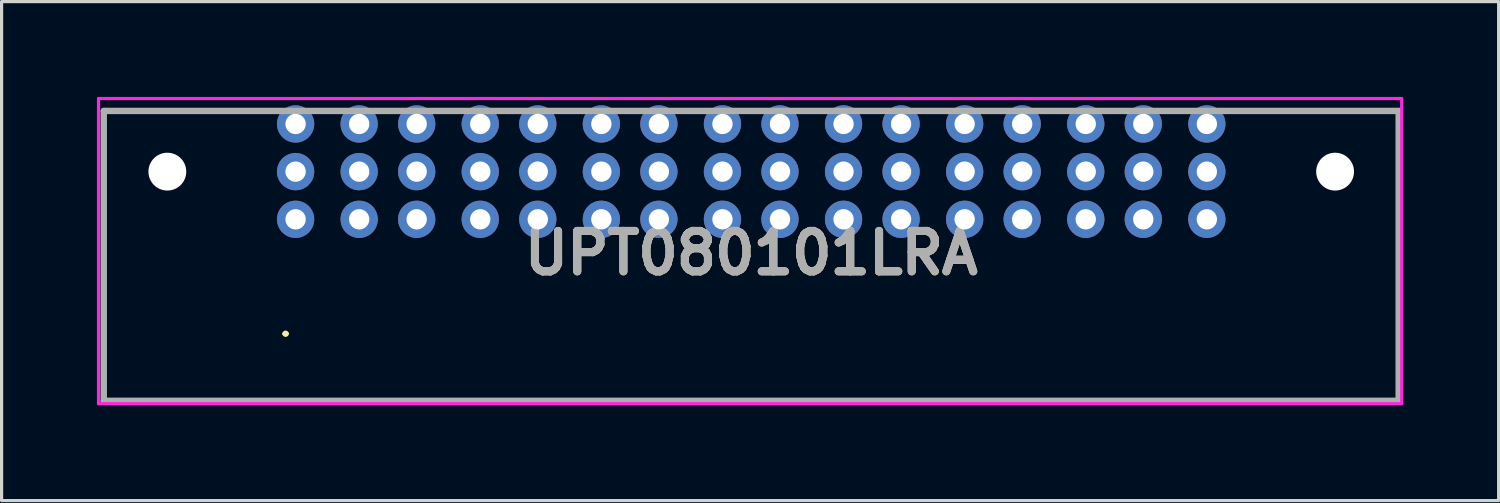
<source format=kicad_pcb>
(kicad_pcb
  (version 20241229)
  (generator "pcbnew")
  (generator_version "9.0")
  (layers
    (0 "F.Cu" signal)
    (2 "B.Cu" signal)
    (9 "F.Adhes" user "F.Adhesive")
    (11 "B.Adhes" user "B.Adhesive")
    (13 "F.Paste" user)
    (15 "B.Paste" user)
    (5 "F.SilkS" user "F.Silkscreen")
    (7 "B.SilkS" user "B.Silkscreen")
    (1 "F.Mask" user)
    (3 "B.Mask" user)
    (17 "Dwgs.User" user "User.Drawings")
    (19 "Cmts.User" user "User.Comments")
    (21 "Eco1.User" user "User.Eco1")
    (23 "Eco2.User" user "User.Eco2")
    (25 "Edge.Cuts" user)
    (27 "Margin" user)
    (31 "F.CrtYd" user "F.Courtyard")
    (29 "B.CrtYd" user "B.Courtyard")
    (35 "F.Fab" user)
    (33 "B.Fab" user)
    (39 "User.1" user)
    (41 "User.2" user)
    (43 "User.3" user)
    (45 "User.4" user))
  (footprint "UPT080101LRA"
    (layer "F.Cu")
    (at 6.25 3.85)
    (property "Reference" "UPT080101LRA" (at 14.335 1.062 0) (layer "F.SilkS") (effects (font (size 1.27 1.27) (thickness 0.254))))
    (attr through_hole)
    (fp_line (start -6.035 -3.41) (end -6.035 5.71) (stroke (width 0.1) (type solid)) (layer "F.SilkS"))
    (fp_line (start -6.035 5.71) (end 34.705 5.71) (stroke (width 0.1) (type solid)) (layer "F.SilkS"))
    (fp_line (start -0.865 -3.41) (end -6.035 -3.41) (stroke (width 0.1) (type solid)) (layer "F.SilkS"))
    (fp_line (start -0.365 3.6) (end -0.365 3.6) (stroke (width 0.1) (type solid)) (layer "F.SilkS"))
    (fp_line (start -0.265 3.6) (end -0.265 3.6) (stroke (width 0.1) (type solid)) (layer "F.SilkS"))
    (fp_line (start 34.705 -3.41) (end 29.535 -3.41) (stroke (width 0.1) (type solid)) (layer "F.SilkS"))
    (fp_line (start 34.705 5.71) (end 34.705 -3.41) (stroke (width 0.1) (type solid)) (layer "F.SilkS"))
    (fp_arc (start -0.365 3.6) (mid -0.315 3.55) (end -0.265 3.6) (stroke (width 0.1) (type solid)) (layer "F.SilkS"))
    (fp_arc (start -0.265 3.6) (mid -0.315 3.65) (end -0.365 3.6) (stroke (width 0.1) (type solid)) (layer "F.SilkS"))
    (fp_line (start -6.2 -3.8) (end 34.8 -3.8) (stroke (width 0.1) (type solid)) (layer "F.CrtYd"))
    (fp_line (start -6.2 5.8) (end -6.2 -3.8) (stroke (width 0.1) (type solid)) (layer "F.CrtYd"))
    (fp_line (start 34.8 -3.8) (end 34.8 5.8) (stroke (width 0.1) (type solid)) (layer "F.CrtYd"))
    (fp_line (start 34.8 5.8) (end -6.2 5.8) (stroke (width 0.1) (type solid)) (layer "F.CrtYd"))
    (fp_line (start -6.035 -3.41) (end 34.705 -3.41) (stroke (width 0.2) (type solid)) (layer "F.Fab"))
    (fp_line (start -6.035 5.71) (end -6.035 -3.41) (stroke (width 0.2) (type solid)) (layer "F.Fab"))
    (fp_line (start 34.705 -3.41) (end 34.705 5.71) (stroke (width 0.2) (type solid)) (layer "F.Fab"))
    (fp_line (start 34.705 5.71) (end -6.035 5.71) (stroke (width 0.2) (type solid)) (layer "F.Fab"))
    (fp_text user "${REFERENCE}" (at 14.335 1.062 0) (layer "F.Fab") (effects (font (size 1.27 1.27) (thickness 0.254))))
    (pad "" np_thru_hole circle (at -4.035 -1.5) (size 1.19 1.19) (drill 1.19) (layers "*.Cu" "*.Mask"))
    (pad "" np_thru_hole circle (at 32.705 -1.5) (size 1.19 1.19) (drill 1.19) (layers "*.Cu" "*.Mask"))
    (pad "A1" thru_hole circle (at 0 0) (size 1.173 1.173) (drill 0.64) (layers "*.Cu" "*.Mask"))
    (pad "A2" thru_hole circle (at 0 -1.5) (size 1.173 1.173) (drill 0.64) (layers "*.Cu" "*.Mask"))
    (pad "A3" thru_hole circle (at 0 -3) (size 1.173 1.173) (drill 0.64) (layers "*.Cu" "*.Mask"))
    (pad "A4" thru_hole circle (at 2 -3) (size 1.173 1.173) (drill 0.64) (layers "*.Cu" "*.Mask"))
    (pad "A5" thru_hole circle (at 2 -1.5) (size 1.173 1.173) (drill 0.64) (layers "*.Cu" "*.Mask"))
    (pad "A6" thru_hole circle (at 2 0) (size 1.173 1.173) (drill 0.64) (layers "*.Cu" "*.Mask"))
    (pad "B1" thru_hole circle (at 3.81 0) (size 1.173 1.173) (drill 0.64) (layers "*.Cu" "*.Mask"))
    (pad "B2" thru_hole circle (at 3.81 -1.5) (size 1.173 1.173) (drill 0.64) (layers "*.Cu" "*.Mask"))
    (pad "B3" thru_hole circle (at 3.81 -3) (size 1.173 1.173) (drill 0.64) (layers "*.Cu" "*.Mask"))
    (pad "B4" thru_hole circle (at 5.81 -3) (size 1.173 1.173) (drill 0.64) (layers "*.Cu" "*.Mask"))
    (pad "B5" thru_hole circle (at 5.81 -1.5) (size 1.173 1.173) (drill 0.64) (layers "*.Cu" "*.Mask"))
    (pad "B6" thru_hole circle (at 5.81 0) (size 1.173 1.173) (drill 0.64) (layers "*.Cu" "*.Mask"))
    (pad "C1" thru_hole circle (at 7.62 0) (size 1.173 1.173) (drill 0.64) (layers "*.Cu" "*.Mask"))
    (pad "C2" thru_hole circle (at 7.62 -1.5) (size 1.173 1.173) (drill 0.64) (layers "*.Cu" "*.Mask"))
    (pad "C3" thru_hole circle (at 7.62 -3) (size 1.173 1.173) (drill 0.64) (layers "*.Cu" "*.Mask"))
    (pad "C4" thru_hole circle (at 9.62 -3) (size 1.173 1.173) (drill 0.64) (layers "*.Cu" "*.Mask"))
    (pad "C5" thru_hole circle (at 9.62 -1.5) (size 1.173 1.173) (drill 0.64) (layers "*.Cu" "*.Mask"))
    (pad "C6" thru_hole circle (at 9.62 0) (size 1.173 1.173) (drill 0.64) (layers "*.Cu" "*.Mask"))
    (pad "D1" thru_hole circle (at 11.43 0) (size 1.173 1.173) (drill 0.64) (layers "*.Cu" "*.Mask"))
    (pad "D2" thru_hole circle (at 11.43 -1.5) (size 1.173 1.173) (drill 0.64) (layers "*.Cu" "*.Mask"))
    (pad "D3" thru_hole circle (at 11.43 -3) (size 1.173 1.173) (drill 0.64) (layers "*.Cu" "*.Mask"))
    (pad "D4" thru_hole circle (at 13.43 -3) (size 1.173 1.173) (drill 0.64) (layers "*.Cu" "*.Mask"))
    (pad "D5" thru_hole circle (at 13.43 -1.5) (size 1.173 1.173) (drill 0.64) (layers "*.Cu" "*.Mask"))
    (pad "D6" thru_hole circle (at 13.43 0) (size 1.173 1.173) (drill 0.64) (layers "*.Cu" "*.Mask"))
    (pad "E1" thru_hole circle (at 15.24 0) (size 1.173 1.173) (drill 0.64) (layers "*.Cu" "*.Mask"))
    (pad "E2" thru_hole circle (at 15.24 -1.5) (size 1.173 1.173) (drill 0.64) (layers "*.Cu" "*.Mask"))
    (pad "E3" thru_hole circle (at 15.24 -3) (size 1.173 1.173) (drill 0.64) (layers "*.Cu" "*.Mask"))
    (pad "E4" thru_hole circle (at 17.24 -3) (size 1.173 1.173) (drill 0.64) (layers "*.Cu" "*.Mask"))
    (pad "E5" thru_hole circle (at 17.24 -1.5) (size 1.173 1.173) (drill 0.64) (layers "*.Cu" "*.Mask"))
    (pad "E6" thru_hole circle (at 17.24 0) (size 1.173 1.173) (drill 0.64) (layers "*.Cu" "*.Mask"))
    (pad "F1" thru_hole circle (at 19.05 0) (size 1.173 1.173) (drill 0.64) (layers "*.Cu" "*.Mask"))
    (pad "F2" thru_hole circle (at 19.05 -1.5) (size 1.173 1.173) (drill 0.64) (layers "*.Cu" "*.Mask"))
    (pad "F3" thru_hole circle (at 19.05 -3) (size 1.173 1.173) (drill 0.64) (layers "*.Cu" "*.Mask"))
    (pad "F4" thru_hole circle (at 21.05 -3) (size 1.173 1.173) (drill 0.64) (layers "*.Cu" "*.Mask"))
    (pad "F5" thru_hole circle (at 21.05 -1.5) (size 1.173 1.173) (drill 0.64) (layers "*.Cu" "*.Mask"))
    (pad "F6" thru_hole circle (at 21.05 0) (size 1.173 1.173) (drill 0.64) (layers "*.Cu" "*.Mask"))
    (pad "G1" thru_hole circle (at 22.86 0) (size 1.173 1.173) (drill 0.64) (layers "*.Cu" "*.Mask"))
    (pad "G2" thru_hole circle (at 22.86 -1.5) (size 1.173 1.173) (drill 0.64) (layers "*.Cu" "*.Mask"))
    (pad "G3" thru_hole circle (at 22.86 -3) (size 1.173 1.173) (drill 0.64) (layers "*.Cu" "*.Mask"))
    (pad "G4" thru_hole circle (at 24.86 -3) (size 1.173 1.173) (drill 0.64) (layers "*.Cu" "*.Mask"))
    (pad "G5" thru_hole circle (at 24.86 -1.5) (size 1.173 1.173) (drill 0.64) (layers "*.Cu" "*.Mask"))
    (pad "G6" thru_hole circle (at 24.86 0) (size 1.173 1.173) (drill 0.64) (layers "*.Cu" "*.Mask"))
    (pad "H1" thru_hole circle (at 26.67 0) (size 1.173 1.173) (drill 0.64) (layers "*.Cu" "*.Mask"))
    (pad "H2" thru_hole circle (at 26.67 -1.5) (size 1.173 1.173) (drill 0.64) (layers "*.Cu" "*.Mask"))
    (pad "H3" thru_hole circle (at 26.67 -3) (size 1.173 1.173) (drill 0.64) (layers "*.Cu" "*.Mask"))
    (pad "H4" thru_hole circle (at 28.67 -3) (size 1.173 1.173) (drill 0.64) (layers "*.Cu" "*.Mask"))
    (pad "H5" thru_hole circle (at 28.67 -1.5) (size 1.173 1.173) (drill 0.64) (layers "*.Cu" "*.Mask"))
    (pad "H6" thru_hole circle (at 28.67 0) (size 1.173 1.173) (drill 0.64) (layers "*.Cu" "*.Mask")))
  (gr_rect
    (start -3 -3)
    (end 44.1 12.7)
    (stroke (width 0.1) (type default))
    (fill no)
    (layer "Edge.Cuts")))
</source>
